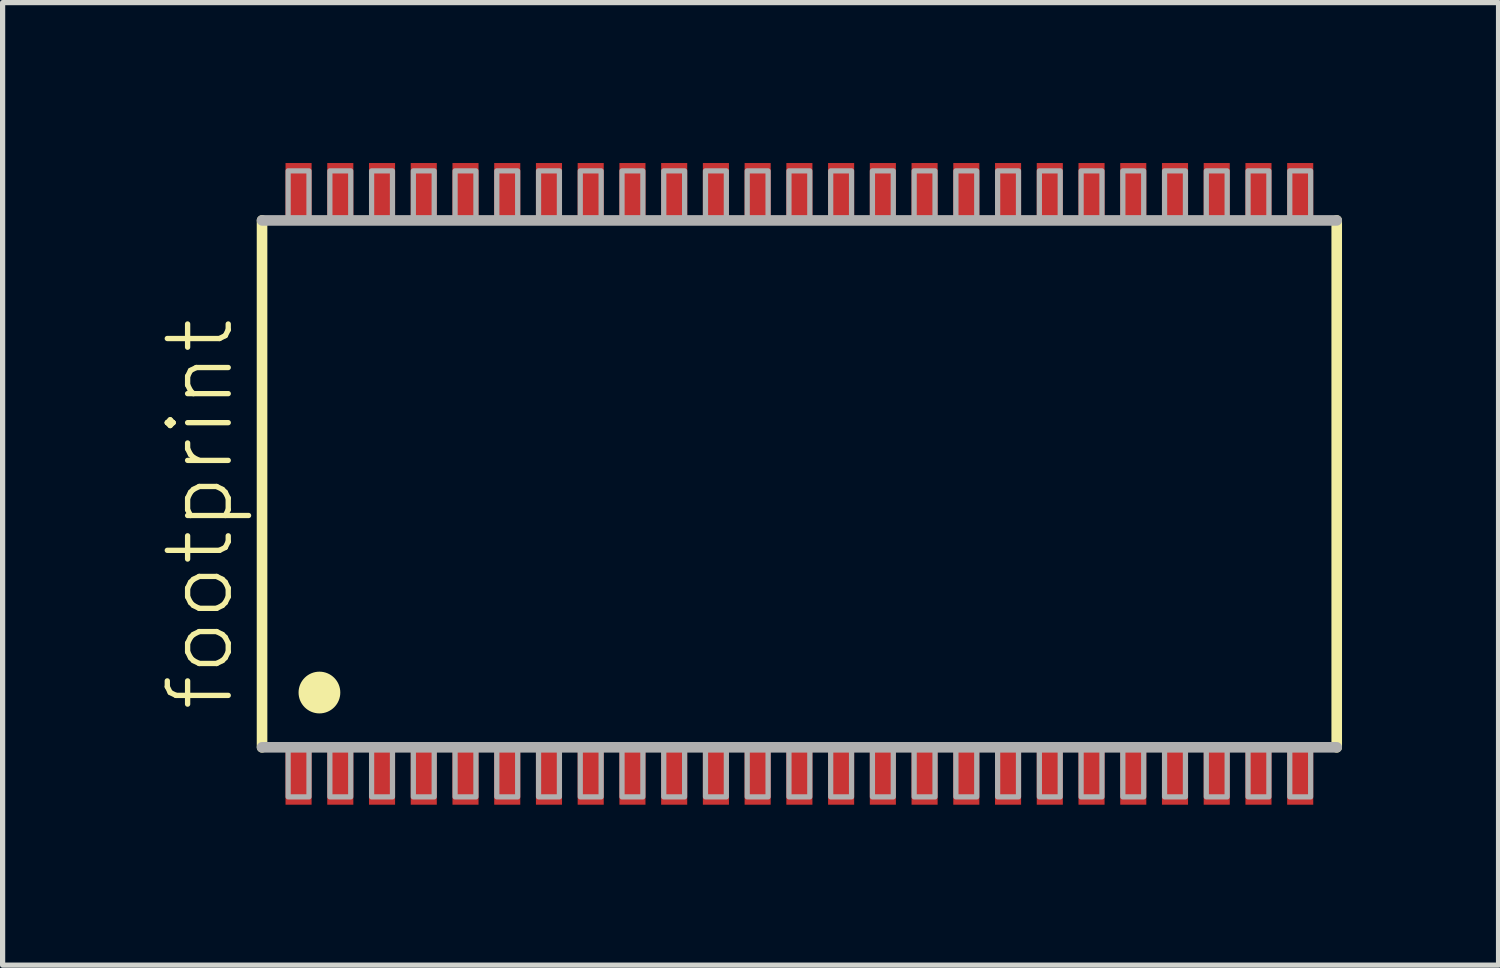
<source format=kicad_pcb>
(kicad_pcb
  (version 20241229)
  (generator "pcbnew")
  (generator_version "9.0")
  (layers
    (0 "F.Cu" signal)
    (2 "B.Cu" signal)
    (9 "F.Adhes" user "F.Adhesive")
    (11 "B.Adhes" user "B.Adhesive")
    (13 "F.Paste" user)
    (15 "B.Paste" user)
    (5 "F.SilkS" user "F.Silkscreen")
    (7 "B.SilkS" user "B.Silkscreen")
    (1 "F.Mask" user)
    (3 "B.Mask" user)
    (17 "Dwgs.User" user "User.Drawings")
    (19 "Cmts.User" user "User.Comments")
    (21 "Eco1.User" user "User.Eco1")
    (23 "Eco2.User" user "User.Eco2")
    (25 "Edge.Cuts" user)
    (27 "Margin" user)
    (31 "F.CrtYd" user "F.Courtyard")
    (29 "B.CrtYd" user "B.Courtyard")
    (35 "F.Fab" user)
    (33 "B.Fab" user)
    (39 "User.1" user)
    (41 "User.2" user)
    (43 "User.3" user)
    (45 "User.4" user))
  (footprint "footprint"
    (layer "F.Cu")
    (at 12.273 6.225)
    (property "Reference" "footprint" (at -10.8 4.4 90) (layer "F.SilkS") (effects (font (size 1.168 1.168) (thickness 0.102)) (justify left bottom)))
    (fp_poly (pts (xy -9.9 6.225) (xy -9.3 6.225) (xy -9.3 4.975) (xy -9.9 4.975)) (stroke (width 0) (type solid)) (fill yes) (layer "F.Mask"))
    (fp_poly (pts (xy -9.3 -6.225) (xy -9.9 -6.225) (xy -9.9 -4.975) (xy -9.3 -4.975)) (stroke (width 0) (type solid)) (fill yes) (layer "F.Mask"))
    (fp_poly (pts (xy -9.1 6.225) (xy -8.5 6.225) (xy -8.5 4.975) (xy -9.1 4.975)) (stroke (width 0) (type solid)) (fill yes) (layer "F.Mask"))
    (fp_poly (pts (xy -8.5 -6.225) (xy -9.1 -6.225) (xy -9.1 -4.975) (xy -8.5 -4.975)) (stroke (width 0) (type solid)) (fill yes) (layer "F.Mask"))
    (fp_poly (pts (xy -8.3 6.225) (xy -7.7 6.225) (xy -7.7 4.975) (xy -8.3 4.975)) (stroke (width 0) (type solid)) (fill yes) (layer "F.Mask"))
    (fp_poly (pts (xy -7.7 -6.225) (xy -8.3 -6.225) (xy -8.3 -4.975) (xy -7.7 -4.975)) (stroke (width 0) (type solid)) (fill yes) (layer "F.Mask"))
    (fp_poly (pts (xy -7.5 6.225) (xy -6.9 6.225) (xy -6.9 4.975) (xy -7.5 4.975)) (stroke (width 0) (type solid)) (fill yes) (layer "F.Mask"))
    (fp_poly (pts (xy -6.9 -6.225) (xy -7.5 -6.225) (xy -7.5 -4.975) (xy -6.9 -4.975)) (stroke (width 0) (type solid)) (fill yes) (layer "F.Mask"))
    (fp_poly (pts (xy -6.7 6.225) (xy -6.1 6.225) (xy -6.1 4.975) (xy -6.7 4.975)) (stroke (width 0) (type solid)) (fill yes) (layer "F.Mask"))
    (fp_poly (pts (xy -6.1 -6.225) (xy -6.7 -6.225) (xy -6.7 -4.975) (xy -6.1 -4.975)) (stroke (width 0) (type solid)) (fill yes) (layer "F.Mask"))
    (fp_poly (pts (xy -5.9 6.225) (xy -5.3 6.225) (xy -5.3 4.975) (xy -5.9 4.975)) (stroke (width 0) (type solid)) (fill yes) (layer "F.Mask"))
    (fp_poly (pts (xy -5.3 -6.225) (xy -5.9 -6.225) (xy -5.9 -4.975) (xy -5.3 -4.975)) (stroke (width 0) (type solid)) (fill yes) (layer "F.Mask"))
    (fp_poly (pts (xy -5.1 6.225) (xy -4.5 6.225) (xy -4.5 4.975) (xy -5.1 4.975)) (stroke (width 0) (type solid)) (fill yes) (layer "F.Mask"))
    (fp_poly (pts (xy -4.5 -6.225) (xy -5.1 -6.225) (xy -5.1 -4.975) (xy -4.5 -4.975)) (stroke (width 0) (type solid)) (fill yes) (layer "F.Mask"))
    (fp_poly (pts (xy -4.3 6.225) (xy -3.7 6.225) (xy -3.7 4.975) (xy -4.3 4.975)) (stroke (width 0) (type solid)) (fill yes) (layer "F.Mask"))
    (fp_poly (pts (xy -3.7 -6.225) (xy -4.3 -6.225) (xy -4.3 -4.975) (xy -3.7 -4.975)) (stroke (width 0) (type solid)) (fill yes) (layer "F.Mask"))
    (fp_poly (pts (xy -3.5 6.225) (xy -2.9 6.225) (xy -2.9 4.975) (xy -3.5 4.975)) (stroke (width 0) (type solid)) (fill yes) (layer "F.Mask"))
    (fp_poly (pts (xy -2.9 -6.225) (xy -3.5 -6.225) (xy -3.5 -4.975) (xy -2.9 -4.975)) (stroke (width 0) (type solid)) (fill yes) (layer "F.Mask"))
    (fp_poly (pts (xy -2.7 6.225) (xy -2.1 6.225) (xy -2.1 4.975) (xy -2.7 4.975)) (stroke (width 0) (type solid)) (fill yes) (layer "F.Mask"))
    (fp_poly (pts (xy -2.1 -6.225) (xy -2.7 -6.225) (xy -2.7 -4.975) (xy -2.1 -4.975)) (stroke (width 0) (type solid)) (fill yes) (layer "F.Mask"))
    (fp_poly (pts (xy -1.9 6.225) (xy -1.3 6.225) (xy -1.3 4.975) (xy -1.9 4.975)) (stroke (width 0) (type solid)) (fill yes) (layer "F.Mask"))
    (fp_poly (pts (xy -1.3 -6.225) (xy -1.9 -6.225) (xy -1.9 -4.975) (xy -1.3 -4.975)) (stroke (width 0) (type solid)) (fill yes) (layer "F.Mask"))
    (fp_poly (pts (xy -1.1 6.225) (xy -0.5 6.225) (xy -0.5 4.975) (xy -1.1 4.975)) (stroke (width 0) (type solid)) (fill yes) (layer "F.Mask"))
    (fp_poly (pts (xy -0.5 -6.225) (xy -1.1 -6.225) (xy -1.1 -4.975) (xy -0.5 -4.975)) (stroke (width 0) (type solid)) (fill yes) (layer "F.Mask"))
    (fp_poly (pts (xy -0.3 6.225) (xy 0.3 6.225) (xy 0.3 4.975) (xy -0.3 4.975)) (stroke (width 0) (type solid)) (fill yes) (layer "F.Mask"))
    (fp_poly (pts (xy 0.3 -6.225) (xy -0.3 -6.225) (xy -0.3 -4.975) (xy 0.3 -4.975)) (stroke (width 0) (type solid)) (fill yes) (layer "F.Mask"))
    (fp_poly (pts (xy 0.5 6.225) (xy 1.1 6.225) (xy 1.1 4.975) (xy 0.5 4.975)) (stroke (width 0) (type solid)) (fill yes) (layer "F.Mask"))
    (fp_poly (pts (xy 1.1 -6.225) (xy 0.5 -6.225) (xy 0.5 -4.975) (xy 1.1 -4.975)) (stroke (width 0) (type solid)) (fill yes) (layer "F.Mask"))
    (fp_poly (pts (xy 1.3 6.225) (xy 1.9 6.225) (xy 1.9 4.975) (xy 1.3 4.975)) (stroke (width 0) (type solid)) (fill yes) (layer "F.Mask"))
    (fp_poly (pts (xy 1.9 -6.225) (xy 1.3 -6.225) (xy 1.3 -4.975) (xy 1.9 -4.975)) (stroke (width 0) (type solid)) (fill yes) (layer "F.Mask"))
    (fp_poly (pts (xy 2.1 6.225) (xy 2.7 6.225) (xy 2.7 4.975) (xy 2.1 4.975)) (stroke (width 0) (type solid)) (fill yes) (layer "F.Mask"))
    (fp_poly (pts (xy 2.7 -6.225) (xy 2.1 -6.225) (xy 2.1 -4.975) (xy 2.7 -4.975)) (stroke (width 0) (type solid)) (fill yes) (layer "F.Mask"))
    (fp_poly (pts (xy 2.9 6.225) (xy 3.5 6.225) (xy 3.5 4.975) (xy 2.9 4.975)) (stroke (width 0) (type solid)) (fill yes) (layer "F.Mask"))
    (fp_poly (pts (xy 3.5 -6.225) (xy 2.9 -6.225) (xy 2.9 -4.975) (xy 3.5 -4.975)) (stroke (width 0) (type solid)) (fill yes) (layer "F.Mask"))
    (fp_poly (pts (xy 3.7 6.225) (xy 4.3 6.225) (xy 4.3 4.975) (xy 3.7 4.975)) (stroke (width 0) (type solid)) (fill yes) (layer "F.Mask"))
    (fp_poly (pts (xy 4.3 -6.225) (xy 3.7 -6.225) (xy 3.7 -4.975) (xy 4.3 -4.975)) (stroke (width 0) (type solid)) (fill yes) (layer "F.Mask"))
    (fp_poly (pts (xy 4.5 6.225) (xy 5.1 6.225) (xy 5.1 4.975) (xy 4.5 4.975)) (stroke (width 0) (type solid)) (fill yes) (layer "F.Mask"))
    (fp_poly (pts (xy 5.1 -6.225) (xy 4.5 -6.225) (xy 4.5 -4.975) (xy 5.1 -4.975)) (stroke (width 0) (type solid)) (fill yes) (layer "F.Mask"))
    (fp_poly (pts (xy 5.3 6.225) (xy 5.9 6.225) (xy 5.9 4.975) (xy 5.3 4.975)) (stroke (width 0) (type solid)) (fill yes) (layer "F.Mask"))
    (fp_poly (pts (xy 5.9 -6.225) (xy 5.3 -6.225) (xy 5.3 -4.975) (xy 5.9 -4.975)) (stroke (width 0) (type solid)) (fill yes) (layer "F.Mask"))
    (fp_poly (pts (xy 6.1 6.225) (xy 6.7 6.225) (xy 6.7 4.975) (xy 6.1 4.975)) (stroke (width 0) (type solid)) (fill yes) (layer "F.Mask"))
    (fp_poly (pts (xy 6.7 -6.225) (xy 6.1 -6.225) (xy 6.1 -4.975) (xy 6.7 -4.975)) (stroke (width 0) (type solid)) (fill yes) (layer "F.Mask"))
    (fp_poly (pts (xy 6.9 6.225) (xy 7.5 6.225) (xy 7.5 4.975) (xy 6.9 4.975)) (stroke (width 0) (type solid)) (fill yes) (layer "F.Mask"))
    (fp_poly (pts (xy 7.5 -6.225) (xy 6.9 -6.225) (xy 6.9 -4.975) (xy 7.5 -4.975)) (stroke (width 0) (type solid)) (fill yes) (layer "F.Mask"))
    (fp_poly (pts (xy 7.7 6.225) (xy 8.3 6.225) (xy 8.3 4.975) (xy 7.7 4.975)) (stroke (width 0) (type solid)) (fill yes) (layer "F.Mask"))
    (fp_poly (pts (xy 8.3 -6.225) (xy 7.7 -6.225) (xy 7.7 -4.975) (xy 8.3 -4.975)) (stroke (width 0) (type solid)) (fill yes) (layer "F.Mask"))
    (fp_poly (pts (xy 8.5 6.225) (xy 9.1 6.225) (xy 9.1 4.975) (xy 8.5 4.975)) (stroke (width 0) (type solid)) (fill yes) (layer "F.Mask"))
    (fp_poly (pts (xy 9.1 -6.225) (xy 8.5 -6.225) (xy 8.5 -4.975) (xy 9.1 -4.975)) (stroke (width 0) (type solid)) (fill yes) (layer "F.Mask"))
    (fp_poly (pts (xy 9.3 6.225) (xy 9.9 6.225) (xy 9.9 4.975) (xy 9.3 4.975)) (stroke (width 0) (type solid)) (fill yes) (layer "F.Mask"))
    (fp_poly (pts (xy 9.9 -6.225) (xy 9.3 -6.225) (xy 9.3 -4.975) (xy 9.9 -4.975)) (stroke (width 0) (type solid)) (fill yes) (layer "F.Mask"))
    (fp_line (start -10.3 5.05) (end -10.3 -5.05) (stroke (width 0.203) (type solid)) (layer "F.SilkS"))
    (fp_line (start 10.3 -5.05) (end 10.3 5.05) (stroke (width 0.203) (type solid)) (layer "F.SilkS"))
    (fp_circle (center -9.2 4) (end -9 4) (stroke (width 0.4) (type solid)) (fill yes) (layer "F.SilkS"))
    (fp_poly (pts (xy -9.8 6.125) (xy -9.4 6.125) (xy -9.4 5.075) (xy -9.8 5.075)) (stroke (width 0) (type solid)) (fill yes) (layer "F.Paste"))
    (fp_poly (pts (xy -9.4 -6.125) (xy -9.8 -6.125) (xy -9.8 -5.075) (xy -9.4 -5.075)) (stroke (width 0) (type solid)) (fill yes) (layer "F.Paste"))
    (fp_poly (pts (xy -9 6.125) (xy -8.6 6.125) (xy -8.6 5.075) (xy -9 5.075)) (stroke (width 0) (type solid)) (fill yes) (layer "F.Paste"))
    (fp_poly (pts (xy -8.6 -6.125) (xy -9 -6.125) (xy -9 -5.075) (xy -8.6 -5.075)) (stroke (width 0) (type solid)) (fill yes) (layer "F.Paste"))
    (fp_poly (pts (xy -8.2 6.125) (xy -7.8 6.125) (xy -7.8 5.075) (xy -8.2 5.075)) (stroke (width 0) (type solid)) (fill yes) (layer "F.Paste"))
    (fp_poly (pts (xy -7.8 -6.125) (xy -8.2 -6.125) (xy -8.2 -5.075) (xy -7.8 -5.075)) (stroke (width 0) (type solid)) (fill yes) (layer "F.Paste"))
    (fp_poly (pts (xy -7.4 6.125) (xy -7 6.125) (xy -7 5.075) (xy -7.4 5.075)) (stroke (width 0) (type solid)) (fill yes) (layer "F.Paste"))
    (fp_poly (pts (xy -7 -6.125) (xy -7.4 -6.125) (xy -7.4 -5.075) (xy -7 -5.075)) (stroke (width 0) (type solid)) (fill yes) (layer "F.Paste"))
    (fp_poly (pts (xy -6.6 6.125) (xy -6.2 6.125) (xy -6.2 5.075) (xy -6.6 5.075)) (stroke (width 0) (type solid)) (fill yes) (layer "F.Paste"))
    (fp_poly (pts (xy -6.2 -6.125) (xy -6.6 -6.125) (xy -6.6 -5.075) (xy -6.2 -5.075)) (stroke (width 0) (type solid)) (fill yes) (layer "F.Paste"))
    (fp_poly (pts (xy -5.8 6.125) (xy -5.4 6.125) (xy -5.4 5.075) (xy -5.8 5.075)) (stroke (width 0) (type solid)) (fill yes) (layer "F.Paste"))
    (fp_poly (pts (xy -5.4 -6.125) (xy -5.8 -6.125) (xy -5.8 -5.075) (xy -5.4 -5.075)) (stroke (width 0) (type solid)) (fill yes) (layer "F.Paste"))
    (fp_poly (pts (xy -5 6.125) (xy -4.6 6.125) (xy -4.6 5.075) (xy -5 5.075)) (stroke (width 0) (type solid)) (fill yes) (layer "F.Paste"))
    (fp_poly (pts (xy -4.6 -6.125) (xy -5 -6.125) (xy -5 -5.075) (xy -4.6 -5.075)) (stroke (width 0) (type solid)) (fill yes) (layer "F.Paste"))
    (fp_poly (pts (xy -4.2 6.125) (xy -3.8 6.125) (xy -3.8 5.075) (xy -4.2 5.075)) (stroke (width 0) (type solid)) (fill yes) (layer "F.Paste"))
    (fp_poly (pts (xy -3.8 -6.125) (xy -4.2 -6.125) (xy -4.2 -5.075) (xy -3.8 -5.075)) (stroke (width 0) (type solid)) (fill yes) (layer "F.Paste"))
    (fp_poly (pts (xy -3.4 6.125) (xy -3 6.125) (xy -3 5.075) (xy -3.4 5.075)) (stroke (width 0) (type solid)) (fill yes) (layer "F.Paste"))
    (fp_poly (pts (xy -3 -6.125) (xy -3.4 -6.125) (xy -3.4 -5.075) (xy -3 -5.075)) (stroke (width 0) (type solid)) (fill yes) (layer "F.Paste"))
    (fp_poly (pts (xy -2.6 6.125) (xy -2.2 6.125) (xy -2.2 5.075) (xy -2.6 5.075)) (stroke (width 0) (type solid)) (fill yes) (layer "F.Paste"))
    (fp_poly (pts (xy -2.2 -6.125) (xy -2.6 -6.125) (xy -2.6 -5.075) (xy -2.2 -5.075)) (stroke (width 0) (type solid)) (fill yes) (layer "F.Paste"))
    (fp_poly (pts (xy -1.8 6.125) (xy -1.4 6.125) (xy -1.4 5.075) (xy -1.8 5.075)) (stroke (width 0) (type solid)) (fill yes) (layer "F.Paste"))
    (fp_poly (pts (xy -1.4 -6.125) (xy -1.8 -6.125) (xy -1.8 -5.075) (xy -1.4 -5.075)) (stroke (width 0) (type solid)) (fill yes) (layer "F.Paste"))
    (fp_poly (pts (xy -1 6.125) (xy -0.6 6.125) (xy -0.6 5.075) (xy -1 5.075)) (stroke (width 0) (type solid)) (fill yes) (layer "F.Paste"))
    (fp_poly (pts (xy -0.6 -6.125) (xy -1 -6.125) (xy -1 -5.075) (xy -0.6 -5.075)) (stroke (width 0) (type solid)) (fill yes) (layer "F.Paste"))
    (fp_poly (pts (xy -0.2 6.125) (xy 0.2 6.125) (xy 0.2 5.075) (xy -0.2 5.075)) (stroke (width 0) (type solid)) (fill yes) (layer "F.Paste"))
    (fp_poly (pts (xy 0.2 -6.125) (xy -0.2 -6.125) (xy -0.2 -5.075) (xy 0.2 -5.075)) (stroke (width 0) (type solid)) (fill yes) (layer "F.Paste"))
    (fp_poly (pts (xy 0.6 6.125) (xy 1 6.125) (xy 1 5.075) (xy 0.6 5.075)) (stroke (width 0) (type solid)) (fill yes) (layer "F.Paste"))
    (fp_poly (pts (xy 1 -6.125) (xy 0.6 -6.125) (xy 0.6 -5.075) (xy 1 -5.075)) (stroke (width 0) (type solid)) (fill yes) (layer "F.Paste"))
    (fp_poly (pts (xy 1.4 6.125) (xy 1.8 6.125) (xy 1.8 5.075) (xy 1.4 5.075)) (stroke (width 0) (type solid)) (fill yes) (layer "F.Paste"))
    (fp_poly (pts (xy 1.8 -6.125) (xy 1.4 -6.125) (xy 1.4 -5.075) (xy 1.8 -5.075)) (stroke (width 0) (type solid)) (fill yes) (layer "F.Paste"))
    (fp_poly (pts (xy 2.2 6.125) (xy 2.6 6.125) (xy 2.6 5.075) (xy 2.2 5.075)) (stroke (width 0) (type solid)) (fill yes) (layer "F.Paste"))
    (fp_poly (pts (xy 2.6 -6.125) (xy 2.2 -6.125) (xy 2.2 -5.075) (xy 2.6 -5.075)) (stroke (width 0) (type solid)) (fill yes) (layer "F.Paste"))
    (fp_poly (pts (xy 3 6.125) (xy 3.4 6.125) (xy 3.4 5.075) (xy 3 5.075)) (stroke (width 0) (type solid)) (fill yes) (layer "F.Paste"))
    (fp_poly (pts (xy 3.4 -6.125) (xy 3 -6.125) (xy 3 -5.075) (xy 3.4 -5.075)) (stroke (width 0) (type solid)) (fill yes) (layer "F.Paste"))
    (fp_poly (pts (xy 3.8 6.125) (xy 4.2 6.125) (xy 4.2 5.075) (xy 3.8 5.075)) (stroke (width 0) (type solid)) (fill yes) (layer "F.Paste"))
    (fp_poly (pts (xy 4.2 -6.125) (xy 3.8 -6.125) (xy 3.8 -5.075) (xy 4.2 -5.075)) (stroke (width 0) (type solid)) (fill yes) (layer "F.Paste"))
    (fp_poly (pts (xy 4.6 6.125) (xy 5 6.125) (xy 5 5.075) (xy 4.6 5.075)) (stroke (width 0) (type solid)) (fill yes) (layer "F.Paste"))
    (fp_poly (pts (xy 5 -6.125) (xy 4.6 -6.125) (xy 4.6 -5.075) (xy 5 -5.075)) (stroke (width 0) (type solid)) (fill yes) (layer "F.Paste"))
    (fp_poly (pts (xy 5.4 6.125) (xy 5.8 6.125) (xy 5.8 5.075) (xy 5.4 5.075)) (stroke (width 0) (type solid)) (fill yes) (layer "F.Paste"))
    (fp_poly (pts (xy 5.8 -6.125) (xy 5.4 -6.125) (xy 5.4 -5.075) (xy 5.8 -5.075)) (stroke (width 0) (type solid)) (fill yes) (layer "F.Paste"))
    (fp_poly (pts (xy 6.2 6.125) (xy 6.6 6.125) (xy 6.6 5.075) (xy 6.2 5.075)) (stroke (width 0) (type solid)) (fill yes) (layer "F.Paste"))
    (fp_poly (pts (xy 6.6 -6.125) (xy 6.2 -6.125) (xy 6.2 -5.075) (xy 6.6 -5.075)) (stroke (width 0) (type solid)) (fill yes) (layer "F.Paste"))
    (fp_poly (pts (xy 7 6.125) (xy 7.4 6.125) (xy 7.4 5.075) (xy 7 5.075)) (stroke (width 0) (type solid)) (fill yes) (layer "F.Paste"))
    (fp_poly (pts (xy 7.4 -6.125) (xy 7 -6.125) (xy 7 -5.075) (xy 7.4 -5.075)) (stroke (width 0) (type solid)) (fill yes) (layer "F.Paste"))
    (fp_poly (pts (xy 7.8 6.125) (xy 8.2 6.125) (xy 8.2 5.075) (xy 7.8 5.075)) (stroke (width 0) (type solid)) (fill yes) (layer "F.Paste"))
    (fp_poly (pts (xy 8.2 -6.125) (xy 7.8 -6.125) (xy 7.8 -5.075) (xy 8.2 -5.075)) (stroke (width 0) (type solid)) (fill yes) (layer "F.Paste"))
    (fp_poly (pts (xy 8.6 6.125) (xy 9 6.125) (xy 9 5.075) (xy 8.6 5.075)) (stroke (width 0) (type solid)) (fill yes) (layer "F.Paste"))
    (fp_poly (pts (xy 9 -6.125) (xy 8.6 -6.125) (xy 8.6 -5.075) (xy 9 -5.075)) (stroke (width 0) (type solid)) (fill yes) (layer "F.Paste"))
    (fp_poly (pts (xy 9.4 6.125) (xy 9.8 6.125) (xy 9.8 5.075) (xy 9.4 5.075)) (stroke (width 0) (type solid)) (fill yes) (layer "F.Paste"))
    (fp_poly (pts (xy 9.8 -6.125) (xy 9.4 -6.125) (xy 9.4 -5.075) (xy 9.8 -5.075)) (stroke (width 0) (type solid)) (fill yes) (layer "F.Paste"))
    (fp_line (start -10.3 -5.05) (end 10.3 -5.05) (stroke (width 0.203) (type solid)) (layer "F.Fab"))
    (fp_line (start 10.3 5.05) (end -10.3 5.05) (stroke (width 0.203) (type solid)) (layer "F.Fab"))
    (fp_poly (pts (xy -9.8 6) (xy -9.4 6) (xy -9.4 5.05) (xy -9.8 5.05)) (stroke (width 0.1) (type solid)) (fill no) (layer "F.Fab"))
    (fp_poly (pts (xy -9.4 -6) (xy -9.8 -6) (xy -9.8 -5.05) (xy -9.4 -5.05)) (stroke (width 0.1) (type solid)) (fill no) (layer "F.Fab"))
    (fp_poly (pts (xy -9 6) (xy -8.6 6) (xy -8.6 5.05) (xy -9 5.05)) (stroke (width 0.1) (type solid)) (fill no) (layer "F.Fab"))
    (fp_poly (pts (xy -8.6 -6) (xy -9 -6) (xy -9 -5.05) (xy -8.6 -5.05)) (stroke (width 0.1) (type solid)) (fill no) (layer "F.Fab"))
    (fp_poly (pts (xy -8.2 6) (xy -7.8 6) (xy -7.8 5.05) (xy -8.2 5.05)) (stroke (width 0.1) (type solid)) (fill no) (layer "F.Fab"))
    (fp_poly (pts (xy -7.8 -6) (xy -8.2 -6) (xy -8.2 -5.05) (xy -7.8 -5.05)) (stroke (width 0.1) (type solid)) (fill no) (layer "F.Fab"))
    (fp_poly (pts (xy -7.4 6) (xy -7 6) (xy -7 5.05) (xy -7.4 5.05)) (stroke (width 0.1) (type solid)) (fill no) (layer "F.Fab"))
    (fp_poly (pts (xy -7 -6) (xy -7.4 -6) (xy -7.4 -5.05) (xy -7 -5.05)) (stroke (width 0.1) (type solid)) (fill no) (layer "F.Fab"))
    (fp_poly (pts (xy -6.6 6) (xy -6.2 6) (xy -6.2 5.05) (xy -6.6 5.05)) (stroke (width 0.1) (type solid)) (fill no) (layer "F.Fab"))
    (fp_poly (pts (xy -6.2 -6) (xy -6.6 -6) (xy -6.6 -5.05) (xy -6.2 -5.05)) (stroke (width 0.1) (type solid)) (fill no) (layer "F.Fab"))
    (fp_poly (pts (xy -5.8 6) (xy -5.4 6) (xy -5.4 5.05) (xy -5.8 5.05)) (stroke (width 0.1) (type solid)) (fill no) (layer "F.Fab"))
    (fp_poly (pts (xy -5.4 -6) (xy -5.8 -6) (xy -5.8 -5.05) (xy -5.4 -5.05)) (stroke (width 0.1) (type solid)) (fill no) (layer "F.Fab"))
    (fp_poly (pts (xy -5 6) (xy -4.6 6) (xy -4.6 5.05) (xy -5 5.05)) (stroke (width 0.1) (type solid)) (fill no) (layer "F.Fab"))
    (fp_poly (pts (xy -4.6 -6) (xy -5 -6) (xy -5 -5.05) (xy -4.6 -5.05)) (stroke (width 0.1) (type solid)) (fill no) (layer "F.Fab"))
    (fp_poly (pts (xy -4.2 6) (xy -3.8 6) (xy -3.8 5.05) (xy -4.2 5.05)) (stroke (width 0.1) (type solid)) (fill no) (layer "F.Fab"))
    (fp_poly (pts (xy -3.8 -6) (xy -4.2 -6) (xy -4.2 -5.05) (xy -3.8 -5.05)) (stroke (width 0.1) (type solid)) (fill no) (layer "F.Fab"))
    (fp_poly (pts (xy -3.4 6) (xy -3 6) (xy -3 5.05) (xy -3.4 5.05)) (stroke (width 0.1) (type solid)) (fill no) (layer "F.Fab"))
    (fp_poly (pts (xy -3 -6) (xy -3.4 -6) (xy -3.4 -5.05) (xy -3 -5.05)) (stroke (width 0.1) (type solid)) (fill no) (layer "F.Fab"))
    (fp_poly (pts (xy -2.6 6) (xy -2.2 6) (xy -2.2 5.05) (xy -2.6 5.05)) (stroke (width 0.1) (type solid)) (fill no) (layer "F.Fab"))
    (fp_poly (pts (xy -2.2 -6) (xy -2.6 -6) (xy -2.6 -5.05) (xy -2.2 -5.05)) (stroke (width 0.1) (type solid)) (fill no) (layer "F.Fab"))
    (fp_poly (pts (xy -1.8 6) (xy -1.4 6) (xy -1.4 5.05) (xy -1.8 5.05)) (stroke (width 0.1) (type solid)) (fill no) (layer "F.Fab"))
    (fp_poly (pts (xy -1.4 -6) (xy -1.8 -6) (xy -1.8 -5.05) (xy -1.4 -5.05)) (stroke (width 0.1) (type solid)) (fill no) (layer "F.Fab"))
    (fp_poly (pts (xy -1 6) (xy -0.6 6) (xy -0.6 5.05) (xy -1 5.05)) (stroke (width 0.1) (type solid)) (fill no) (layer "F.Fab"))
    (fp_poly (pts (xy -0.6 -6) (xy -1 -6) (xy -1 -5.05) (xy -0.6 -5.05)) (stroke (width 0.1) (type solid)) (fill no) (layer "F.Fab"))
    (fp_poly (pts (xy -0.2 6) (xy 0.2 6) (xy 0.2 5.05) (xy -0.2 5.05)) (stroke (width 0.1) (type solid)) (fill no) (layer "F.Fab"))
    (fp_poly (pts (xy 0.2 -6) (xy -0.2 -6) (xy -0.2 -5.05) (xy 0.2 -5.05)) (stroke (width 0.1) (type solid)) (fill no) (layer "F.Fab"))
    (fp_poly (pts (xy 0.6 6) (xy 1 6) (xy 1 5.05) (xy 0.6 5.05)) (stroke (width 0.1) (type solid)) (fill no) (layer "F.Fab"))
    (fp_poly (pts (xy 1 -6) (xy 0.6 -6) (xy 0.6 -5.05) (xy 1 -5.05)) (stroke (width 0.1) (type solid)) (fill no) (layer "F.Fab"))
    (fp_poly (pts (xy 1.4 6) (xy 1.8 6) (xy 1.8 5.05) (xy 1.4 5.05)) (stroke (width 0.1) (type solid)) (fill no) (layer "F.Fab"))
    (fp_poly (pts (xy 1.8 -6) (xy 1.4 -6) (xy 1.4 -5.05) (xy 1.8 -5.05)) (stroke (width 0.1) (type solid)) (fill no) (layer "F.Fab"))
    (fp_poly (pts (xy 2.2 6) (xy 2.6 6) (xy 2.6 5.05) (xy 2.2 5.05)) (stroke (width 0.1) (type solid)) (fill no) (layer "F.Fab"))
    (fp_poly (pts (xy 2.6 -6) (xy 2.2 -6) (xy 2.2 -5.05) (xy 2.6 -5.05)) (stroke (width 0.1) (type solid)) (fill no) (layer "F.Fab"))
    (fp_poly (pts (xy 3 6) (xy 3.4 6) (xy 3.4 5.05) (xy 3 5.05)) (stroke (width 0.1) (type solid)) (fill no) (layer "F.Fab"))
    (fp_poly (pts (xy 3.4 -6) (xy 3 -6) (xy 3 -5.05) (xy 3.4 -5.05)) (stroke (width 0.1) (type solid)) (fill no) (layer "F.Fab"))
    (fp_poly (pts (xy 3.8 6) (xy 4.2 6) (xy 4.2 5.05) (xy 3.8 5.05)) (stroke (width 0.1) (type solid)) (fill no) (layer "F.Fab"))
    (fp_poly (pts (xy 4.2 -6) (xy 3.8 -6) (xy 3.8 -5.05) (xy 4.2 -5.05)) (stroke (width 0.1) (type solid)) (fill no) (layer "F.Fab"))
    (fp_poly (pts (xy 4.6 6) (xy 5 6) (xy 5 5.05) (xy 4.6 5.05)) (stroke (width 0.1) (type solid)) (fill no) (layer "F.Fab"))
    (fp_poly (pts (xy 5 -6) (xy 4.6 -6) (xy 4.6 -5.05) (xy 5 -5.05)) (stroke (width 0.1) (type solid)) (fill no) (layer "F.Fab"))
    (fp_poly (pts (xy 5.4 6) (xy 5.8 6) (xy 5.8 5.05) (xy 5.4 5.05)) (stroke (width 0.1) (type solid)) (fill no) (layer "F.Fab"))
    (fp_poly (pts (xy 5.8 -6) (xy 5.4 -6) (xy 5.4 -5.05) (xy 5.8 -5.05)) (stroke (width 0.1) (type solid)) (fill no) (layer "F.Fab"))
    (fp_poly (pts (xy 6.2 6) (xy 6.6 6) (xy 6.6 5.05) (xy 6.2 5.05)) (stroke (width 0.1) (type solid)) (fill no) (layer "F.Fab"))
    (fp_poly (pts (xy 6.6 -6) (xy 6.2 -6) (xy 6.2 -5.05) (xy 6.6 -5.05)) (stroke (width 0.1) (type solid)) (fill no) (layer "F.Fab"))
    (fp_poly (pts (xy 7 6) (xy 7.4 6) (xy 7.4 5.05) (xy 7 5.05)) (stroke (width 0.1) (type solid)) (fill no) (layer "F.Fab"))
    (fp_poly (pts (xy 7.4 -6) (xy 7 -6) (xy 7 -5.05) (xy 7.4 -5.05)) (stroke (width 0.1) (type solid)) (fill no) (layer "F.Fab"))
    (fp_poly (pts (xy 7.8 6) (xy 8.2 6) (xy 8.2 5.05) (xy 7.8 5.05)) (stroke (width 0.1) (type solid)) (fill no) (layer "F.Fab"))
    (fp_poly (pts (xy 8.2 -6) (xy 7.8 -6) (xy 7.8 -5.05) (xy 8.2 -5.05)) (stroke (width 0.1) (type solid)) (fill no) (layer "F.Fab"))
    (fp_poly (pts (xy 8.6 6) (xy 9 6) (xy 9 5.05) (xy 8.6 5.05)) (stroke (width 0.1) (type solid)) (fill no) (layer "F.Fab"))
    (fp_poly (pts (xy 9 -6) (xy 8.6 -6) (xy 8.6 -5.05) (xy 9 -5.05)) (stroke (width 0.1) (type solid)) (fill no) (layer "F.Fab"))
    (fp_poly (pts (xy 9.4 6) (xy 9.8 6) (xy 9.8 5.05) (xy 9.4 5.05)) (stroke (width 0.1) (type solid)) (fill no) (layer "F.Fab"))
    (fp_poly (pts (xy 9.8 -6) (xy 9.4 -6) (xy 9.4 -5.05) (xy 9.8 -5.05)) (stroke (width 0.1) (type solid)) (fill no) (layer "F.Fab"))
    (pad "1" smd rect (at -9.6 5.6) (size 0.5 1.1) (layers "F.Cu"))
    (pad "2" smd rect (at -8.8 5.6) (size 0.5 1.1) (layers "F.Cu"))
    (pad "3" smd rect (at -8 5.6) (size 0.5 1.1) (layers "F.Cu"))
    (pad "4" smd rect (at -7.2 5.6) (size 0.5 1.1) (layers "F.Cu"))
    (pad "5" smd rect (at -6.4 5.6) (size 0.5 1.1) (layers "F.Cu"))
    (pad "6" smd rect (at -5.6 5.6) (size 0.5 1.1) (layers "F.Cu"))
    (pad "7" smd rect (at -4.8 5.6) (size 0.5 1.1) (layers "F.Cu"))
    (pad "8" smd rect (at -4 5.6) (size 0.5 1.1) (layers "F.Cu"))
    (pad "9" smd rect (at -3.2 5.6) (size 0.5 1.1) (layers "F.Cu"))
    (pad "10" smd rect (at -2.4 5.6) (size 0.5 1.1) (layers "F.Cu"))
    (pad "11" smd rect (at -1.6 5.6) (size 0.5 1.1) (layers "F.Cu"))
    (pad "12" smd rect (at -0.8 5.6) (size 0.5 1.1) (layers "F.Cu"))
    (pad "13" smd rect (at 0 5.6) (size 0.5 1.1) (layers "F.Cu"))
    (pad "14" smd rect (at 0.8 5.6) (size 0.5 1.1) (layers "F.Cu"))
    (pad "15" smd rect (at 1.6 5.6) (size 0.5 1.1) (layers "F.Cu"))
    (pad "16" smd rect (at 2.4 5.6) (size 0.5 1.1) (layers "F.Cu"))
    (pad "17" smd rect (at 3.2 5.6) (size 0.5 1.1) (layers "F.Cu"))
    (pad "18" smd rect (at 4 5.6) (size 0.5 1.1) (layers "F.Cu"))
    (pad "19" smd rect (at 4.8 5.6) (size 0.5 1.1) (layers "F.Cu"))
    (pad "20" smd rect (at 5.6 5.6) (size 0.5 1.1) (layers "F.Cu"))
    (pad "21" smd rect (at 6.4 5.6) (size 0.5 1.1) (layers "F.Cu"))
    (pad "22" smd rect (at 7.2 5.6) (size 0.5 1.1) (layers "F.Cu"))
    (pad "23" smd rect (at 8 5.6) (size 0.5 1.1) (layers "F.Cu"))
    (pad "24" smd rect (at 8.8 5.6) (size 0.5 1.1) (layers "F.Cu"))
    (pad "25" smd rect (at 9.6 5.6) (size 0.5 1.1) (layers "F.Cu"))
    (pad "26" smd rect (at 9.6 -5.6 180) (size 0.5 1.1) (layers "F.Cu"))
    (pad "27" smd rect (at 8.8 -5.6 180) (size 0.5 1.1) (layers "F.Cu"))
    (pad "28" smd rect (at 8 -5.6 180) (size 0.5 1.1) (layers "F.Cu"))
    (pad "29" smd rect (at 7.2 -5.6 180) (size 0.5 1.1) (layers "F.Cu"))
    (pad "30" smd rect (at 6.4 -5.6 180) (size 0.5 1.1) (layers "F.Cu"))
    (pad "31" smd rect (at 5.6 -5.6 180) (size 0.5 1.1) (layers "F.Cu"))
    (pad "32" smd rect (at 4.8 -5.6 180) (size 0.5 1.1) (layers "F.Cu"))
    (pad "33" smd rect (at 4 -5.6 180) (size 0.5 1.1) (layers "F.Cu"))
    (pad "34" smd rect (at 3.2 -5.6 180) (size 0.5 1.1) (layers "F.Cu"))
    (pad "35" smd rect (at 2.4 -5.6 180) (size 0.5 1.1) (layers "F.Cu"))
    (pad "36" smd rect (at 1.6 -5.6 180) (size 0.5 1.1) (layers "F.Cu"))
    (pad "37" smd rect (at 0.8 -5.6 180) (size 0.5 1.1) (layers "F.Cu"))
    (pad "38" smd rect (at 0 -5.6 180) (size 0.5 1.1) (layers "F.Cu"))
    (pad "39" smd rect (at -0.8 -5.6 180) (size 0.5 1.1) (layers "F.Cu"))
    (pad "40" smd rect (at -1.6 -5.6 180) (size 0.5 1.1) (layers "F.Cu"))
    (pad "41" smd rect (at -2.4 -5.6 180) (size 0.5 1.1) (layers "F.Cu"))
    (pad "42" smd rect (at -3.2 -5.6 180) (size 0.5 1.1) (layers "F.Cu"))
    (pad "43" smd rect (at -4 -5.6 180) (size 0.5 1.1) (layers "F.Cu"))
    (pad "44" smd rect (at -4.8 -5.6 180) (size 0.5 1.1) (layers "F.Cu"))
    (pad "45" smd rect (at -5.6 -5.6 180) (size 0.5 1.1) (layers "F.Cu"))
    (pad "46" smd rect (at -6.4 -5.6 180) (size 0.5 1.1) (layers "F.Cu"))
    (pad "47" smd rect (at -7.2 -5.6 180) (size 0.5 1.1) (layers "F.Cu"))
    (pad "48" smd rect (at -8 -5.6 180) (size 0.5 1.1) (layers "F.Cu"))
    (pad "49" smd rect (at -8.8 -5.6 180) (size 0.5 1.1) (layers "F.Cu"))
    (pad "50" smd rect (at -9.6 -5.6 180) (size 0.5 1.1) (layers "F.Cu")))
  (gr_rect
    (start -3 -3)
    (end 25.675 15.45)
    (stroke (width 0.1) (type default))
    (fill no)
    (layer "Edge.Cuts")))
</source>
